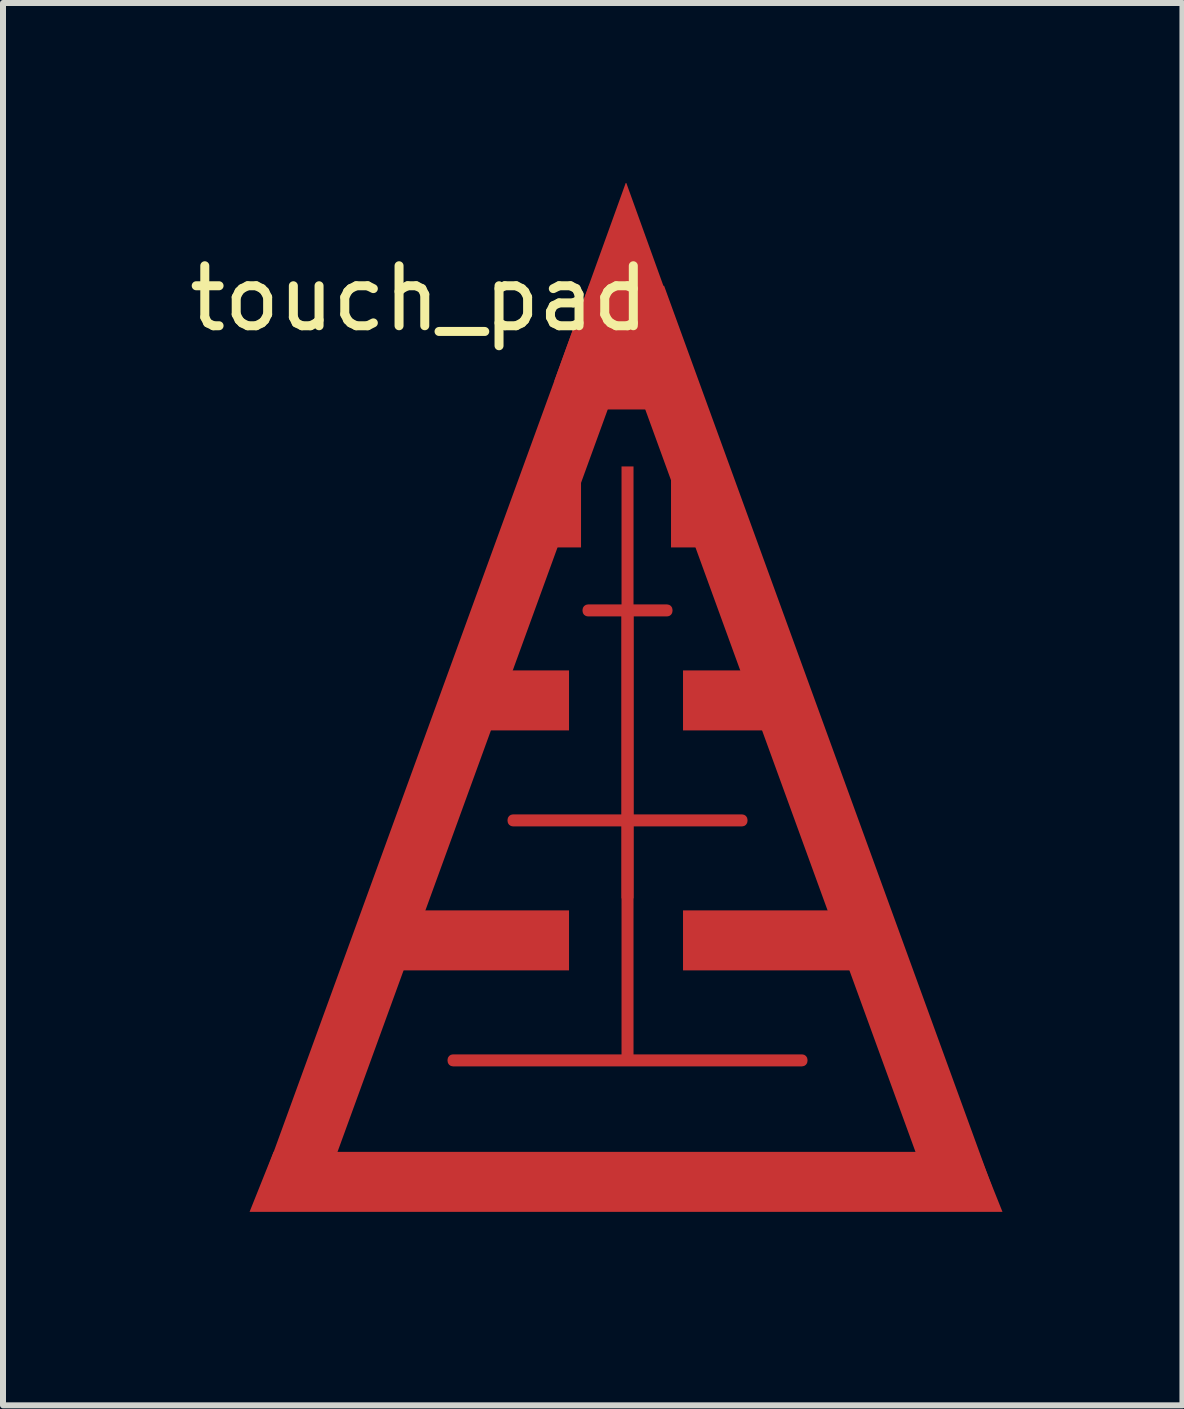
<source format=kicad_pcb>
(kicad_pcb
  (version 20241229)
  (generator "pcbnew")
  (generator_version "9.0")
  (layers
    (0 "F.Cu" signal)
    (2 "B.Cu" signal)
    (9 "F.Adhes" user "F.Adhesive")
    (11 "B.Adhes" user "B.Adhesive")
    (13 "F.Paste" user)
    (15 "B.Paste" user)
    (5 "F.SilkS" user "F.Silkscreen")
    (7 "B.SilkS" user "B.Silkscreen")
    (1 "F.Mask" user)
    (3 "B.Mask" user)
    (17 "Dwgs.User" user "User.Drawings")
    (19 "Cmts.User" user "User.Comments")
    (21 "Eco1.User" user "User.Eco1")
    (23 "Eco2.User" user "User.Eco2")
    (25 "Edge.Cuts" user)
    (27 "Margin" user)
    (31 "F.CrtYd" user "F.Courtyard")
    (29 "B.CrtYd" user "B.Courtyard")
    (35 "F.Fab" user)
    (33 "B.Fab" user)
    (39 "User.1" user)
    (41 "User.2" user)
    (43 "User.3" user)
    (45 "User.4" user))
  (footprint "touch_pad"
    (layer "F.Cu")
    (at 1.135 17.125)
    (property "Reference" "touch_pad" (at 2.8 -15.2 0) (layer "F.SilkS") (effects (font (size 1 1) (thickness 0.15))))
    (attr through_hole)
    (pad "1" smd roundrect (at 6.275 -10) (size 1.5 0.2) (layers "F.Cu") (roundrect_rratio 0.45))
    (pad "1" smd rect (at 6.275 -8.8 90) (size 7.2 0.2) (layers "F.Cu"))
    (pad "1" smd roundrect (at 6.275 -6.5) (size 4 0.2) (layers "F.Cu") (roundrect_rratio 0.45))
    (pad "1" smd rect (at 6.275 -6.3 90) (size 7.5 0.2) (layers "F.Cu"))
    (pad "1" smd roundrect (at 6.275 -2.5) (size 6 0.2) (layers "F.Cu") (roundrect_rratio 0.45))
    (pad "2" smd rect (at 3.375 -7.75 340) (size 1 16) (layers "F.Cu"))
    (pad "2" smd rect (at 3.8 -4.5) (size 3 1) (layers "F.Cu"))
    (pad "2" smd rect (at 4.3 -8.5) (size 2 1) (layers "F.Cu"))
    (pad "2" smd rect (at 5.2 -11.8) (size 0.6 1.5) (layers "F.Cu"))
    (pad "2" smd trapezoid (at 6.225 -15) (size 1.2 3.3) (rect_delta 0 1.19) (layers "F.Cu"))
    (pad "2" smd trapezoid (at 6.25 -15.475) (size 1.2 3.3) (rect_delta 0 1.19) (layers "F.Cu"))
    (pad "2" smd trapezoid (at 6.25 -0.475) (size 12.15 1) (rect_delta 0 0.4) (layers "F.Cu"))
    (pad "2" smd rect (at 7.3 -11.8) (size 0.6 1.5) (layers "F.Cu"))
    (pad "2" smd rect (at 8.2 -8.5) (size 2 1) (layers "F.Cu"))
    (pad "2" smd rect (at 8.7 -4.5) (size 3 1) (layers "F.Cu"))
    (pad "2" smd rect (at 9.15 -7.725 20) (size 1 16) (layers "F.Cu")))
  (gr_rect
    (start -3 -3)
    (end 16.66 20.375)
    (stroke (width 0.1) (type default))
    (fill no)
    (layer "Edge.Cuts")))
</source>
